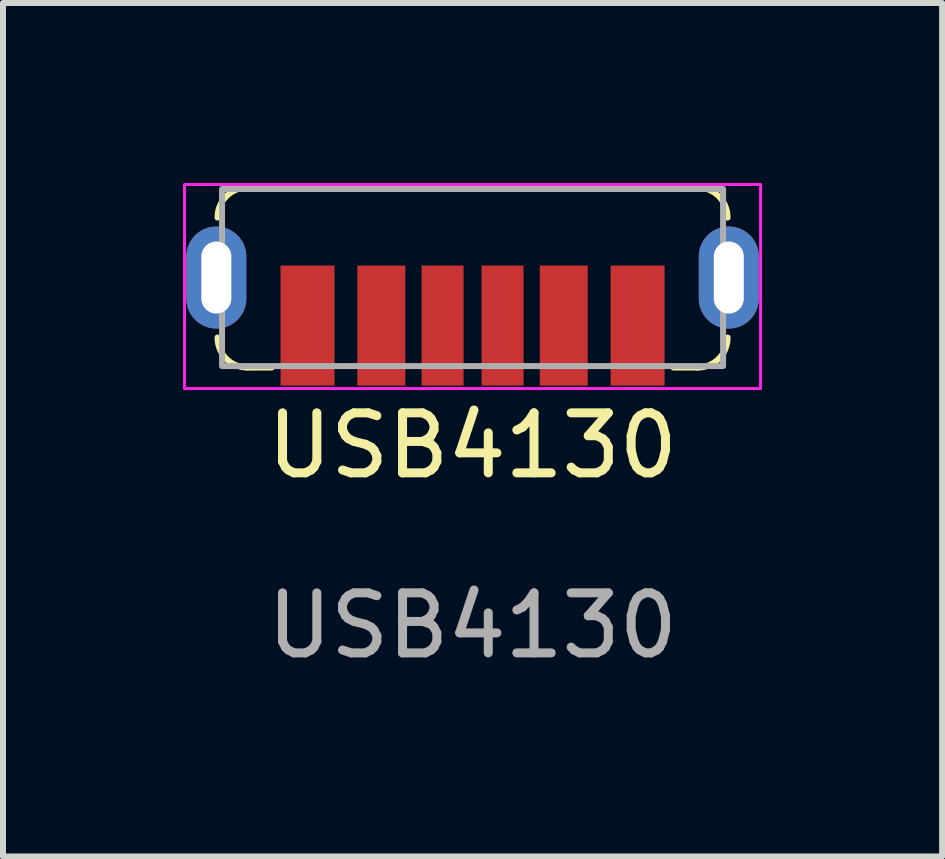
<source format=kicad_pcb>
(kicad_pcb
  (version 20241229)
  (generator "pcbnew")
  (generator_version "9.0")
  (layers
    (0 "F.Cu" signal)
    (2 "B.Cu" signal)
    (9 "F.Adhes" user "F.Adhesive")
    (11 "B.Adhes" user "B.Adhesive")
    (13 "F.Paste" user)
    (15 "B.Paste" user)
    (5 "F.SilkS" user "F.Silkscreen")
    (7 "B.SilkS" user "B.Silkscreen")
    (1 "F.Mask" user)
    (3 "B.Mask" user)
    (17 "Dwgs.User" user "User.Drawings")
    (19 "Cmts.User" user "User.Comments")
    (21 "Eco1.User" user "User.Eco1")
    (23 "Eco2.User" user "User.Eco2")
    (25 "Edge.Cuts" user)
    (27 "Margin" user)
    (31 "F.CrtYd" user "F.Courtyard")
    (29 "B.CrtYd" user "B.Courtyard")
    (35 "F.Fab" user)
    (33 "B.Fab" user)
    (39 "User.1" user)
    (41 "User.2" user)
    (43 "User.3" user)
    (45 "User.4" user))
  (footprint "USB4130"
    (layer "F.Cu")
    (at 4.825 1.575)
    (property "Reference" "USB4130" (at 0 2.8 0) (unlocked yes) (layer "F.SilkS") (effects (font (size 1 1) (thickness 0.15))))
    (attr smd)
    (fp_line (start -3.75 -1.5) (end 3.75 -1.5) (stroke (width 0.1) (type default)) (layer "F.SilkS"))
    (fp_line (start -3.75 1.5) (end -3.35 1.5) (stroke (width 0.1) (type default)) (layer "F.SilkS"))
    (fp_line (start 3.75 1.5) (end 3.35 1.5) (stroke (width 0.1) (type default)) (layer "F.SilkS"))
    (fp_arc (start -4.25 -1) (mid -4.103553 -1.353553) (end -3.75 -1.5) (stroke (width 0.1) (type default)) (layer "F.SilkS"))
    (fp_arc (start -3.75 1.5) (mid -4.103553 1.353553) (end -4.25 1) (stroke (width 0.1) (type default)) (layer "F.SilkS"))
    (fp_arc (start 3.75 -1.5) (mid 4.103553 -1.353553) (end 4.25 -1) (stroke (width 0.1) (type default)) (layer "F.SilkS"))
    (fp_arc (start 4.25 1) (mid 4.103553 1.353553) (end 3.75 1.5) (stroke (width 0.1) (type default)) (layer "F.SilkS"))
    (fp_rect (start -4.8 -1.55) (end 4.8 1.85) (stroke (width 0.05) (type default)) (fill no) (layer "F.CrtYd"))
    (fp_rect (start -4.175 -1.475) (end 4.175 1.475) (stroke (width 0.1) (type default)) (fill no) (layer "F.Fab"))
    (fp_text user "${REFERENCE}" (at 0 5.8 0) (unlocked yes) (layer "F.Fab") (effects (font (size 1 1) (thickness 0.15))))
    (pad "A5" smd rect (at -0.5 0.8) (size 0.7 2) (layers "F.Cu" "F.Mask" "F.Paste"))
    (pad "A9" smd rect (at 1.52 0.8) (size 0.8 2) (layers "F.Cu" "F.Mask" "F.Paste"))
    (pad "A12" smd rect (at 2.75 0.8) (size 0.9 2) (layers "F.Cu" "F.Mask" "F.Paste"))
    (pad "B5" smd rect (at 0.5 0.8) (size 0.7 2) (layers "F.Cu" "F.Mask" "F.Paste"))
    (pad "B9" smd rect (at -1.52 0.8) (size 0.8 2) (layers "F.Cu" "F.Mask" "F.Paste"))
    (pad "B12" smd rect (at -2.75 0.8) (size 0.9 2) (layers "F.Cu" "F.Mask" "F.Paste"))
    (pad "S1" thru_hole oval (at -4.27 0) (size 1 1.7) (drill oval 0.5 1.2) (layers "*.Cu" "*.Mask"))
    (pad "S1" thru_hole oval (at 4.27 0) (size 1 1.7) (drill oval 0.5 1.2) (layers "*.Cu" "*.Mask")))
  (gr_rect
    (start -3 -3)
    (end 12.65 11.223)
    (stroke (width 0.1) (type default))
    (fill no)
    (layer "Edge.Cuts")))
</source>
